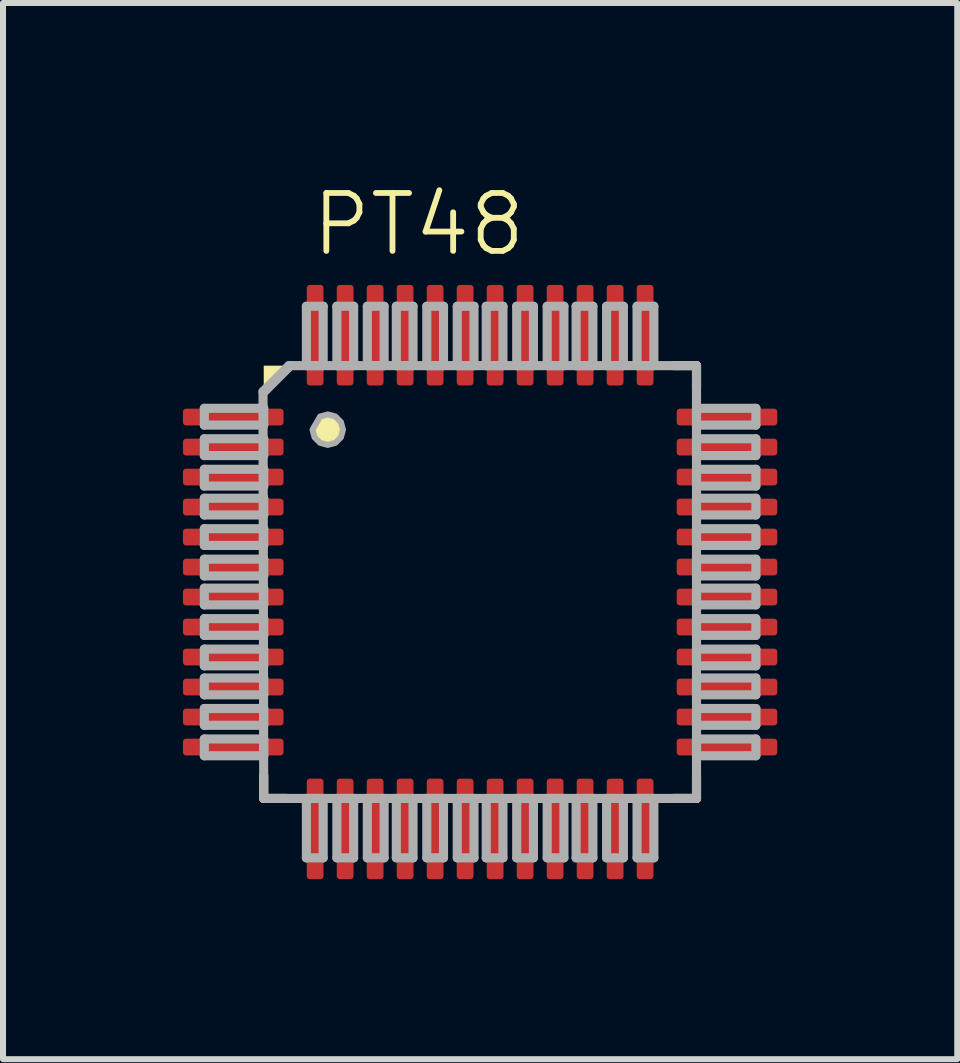
<source format=kicad_pcb>
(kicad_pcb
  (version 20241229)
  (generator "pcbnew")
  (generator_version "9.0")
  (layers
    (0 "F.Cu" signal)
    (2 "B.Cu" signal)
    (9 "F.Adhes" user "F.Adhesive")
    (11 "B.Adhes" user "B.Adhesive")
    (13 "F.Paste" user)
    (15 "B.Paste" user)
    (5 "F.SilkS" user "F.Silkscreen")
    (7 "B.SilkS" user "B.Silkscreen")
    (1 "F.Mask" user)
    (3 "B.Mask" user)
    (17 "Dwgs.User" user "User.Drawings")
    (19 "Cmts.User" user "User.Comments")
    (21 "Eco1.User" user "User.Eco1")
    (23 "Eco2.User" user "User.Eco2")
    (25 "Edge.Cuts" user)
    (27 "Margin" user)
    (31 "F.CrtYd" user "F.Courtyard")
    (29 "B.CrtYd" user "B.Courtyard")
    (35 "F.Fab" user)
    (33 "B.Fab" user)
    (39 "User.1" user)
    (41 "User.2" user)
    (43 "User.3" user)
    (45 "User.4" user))
  (footprint "PT48"
    (layer "F.Cu")
    (at 4.953 6.652)
    (property "Reference" "PT48" (at -2.857 -5.397 180) (layer "F.SilkS") (effects (font (size 0.965 0.965) (thickness 0.097)) (justify left bottom)))
    (attr through_hole)
    (fp_line (start -3.607 3.226) (end -3.607 3.607) (stroke (width 0.152) (type solid)) (layer "F.SilkS"))
    (fp_line (start -3.607 3.607) (end -3.226 3.607) (stroke (width 0.152) (type solid)) (layer "F.SilkS"))
    (fp_line (start 3.226 3.607) (end 3.607 3.607) (stroke (width 0.152) (type solid)) (layer "F.SilkS"))
    (fp_line (start 3.607 -3.607) (end 3.226 -3.607) (stroke (width 0.152) (type solid)) (layer "F.SilkS"))
    (fp_line (start 3.607 -3.226) (end 3.607 -3.607) (stroke (width 0.152) (type solid)) (layer "F.SilkS"))
    (fp_line (start 3.607 3.607) (end 3.607 3.226) (stroke (width 0.152) (type solid)) (layer "F.SilkS"))
    (fp_poly (pts (xy -3.607 -3.607) (xy -3.162 -3.607) (xy -3.607 -3.162)) (stroke (width 0) (type solid)) (fill yes) (layer "F.SilkS"))
    (fp_poly (pts (xy -2.794 -2.54) (xy -2.76 -2.413) (xy -2.667 -2.32) (xy -2.54 -2.286) (xy -2.413 -2.32) (xy -2.32 -2.413) (xy -2.286 -2.54) (xy -2.32 -2.667) (xy -2.413 -2.76) (xy -2.54 -2.794) (xy -2.667 -2.76)) (stroke (width 0) (type solid)) (fill yes) (layer "F.SilkS"))
    (fp_line (start -4.597 -2.896) (end -4.597 -2.616) (stroke (width 0.152) (type solid)) (layer "F.Fab"))
    (fp_line (start -4.597 -2.616) (end -3.607 -2.616) (stroke (width 0.152) (type solid)) (layer "F.Fab"))
    (fp_line (start -4.597 -2.388) (end -4.597 -2.108) (stroke (width 0.152) (type solid)) (layer "F.Fab"))
    (fp_line (start -4.597 -2.108) (end -3.607 -2.108) (stroke (width 0.152) (type solid)) (layer "F.Fab"))
    (fp_line (start -4.597 -1.88) (end -4.597 -1.6) (stroke (width 0.152) (type solid)) (layer "F.Fab"))
    (fp_line (start -4.597 -1.6) (end -3.607 -1.6) (stroke (width 0.152) (type solid)) (layer "F.Fab"))
    (fp_line (start -4.597 -1.397) (end -4.597 -1.118) (stroke (width 0.152) (type solid)) (layer "F.Fab"))
    (fp_line (start -4.597 -1.118) (end -3.607 -1.118) (stroke (width 0.152) (type solid)) (layer "F.Fab"))
    (fp_line (start -4.597 -0.889) (end -4.597 -0.61) (stroke (width 0.152) (type solid)) (layer "F.Fab"))
    (fp_line (start -4.597 -0.61) (end -3.607 -0.61) (stroke (width 0.152) (type solid)) (layer "F.Fab"))
    (fp_line (start -4.597 -0.381) (end -4.597 -0.102) (stroke (width 0.152) (type solid)) (layer "F.Fab"))
    (fp_line (start -4.597 -0.102) (end -3.607 -0.102) (stroke (width 0.152) (type solid)) (layer "F.Fab"))
    (fp_line (start -4.597 0.102) (end -4.597 0.381) (stroke (width 0.152) (type solid)) (layer "F.Fab"))
    (fp_line (start -4.597 0.381) (end -3.607 0.381) (stroke (width 0.152) (type solid)) (layer "F.Fab"))
    (fp_line (start -4.597 0.61) (end -4.597 0.889) (stroke (width 0.152) (type solid)) (layer "F.Fab"))
    (fp_line (start -4.597 0.889) (end -3.607 0.889) (stroke (width 0.152) (type solid)) (layer "F.Fab"))
    (fp_line (start -4.597 1.118) (end -4.597 1.397) (stroke (width 0.152) (type solid)) (layer "F.Fab"))
    (fp_line (start -4.597 1.397) (end -3.607 1.397) (stroke (width 0.152) (type solid)) (layer "F.Fab"))
    (fp_line (start -4.597 1.6) (end -4.597 1.88) (stroke (width 0.152) (type solid)) (layer "F.Fab"))
    (fp_line (start -4.597 1.88) (end -3.607 1.88) (stroke (width 0.152) (type solid)) (layer "F.Fab"))
    (fp_line (start -4.597 2.108) (end -4.597 2.388) (stroke (width 0.152) (type solid)) (layer "F.Fab"))
    (fp_line (start -4.597 2.388) (end -3.607 2.388) (stroke (width 0.152) (type solid)) (layer "F.Fab"))
    (fp_line (start -4.597 2.616) (end -4.597 2.896) (stroke (width 0.152) (type solid)) (layer "F.Fab"))
    (fp_line (start -4.597 2.896) (end -3.607 2.896) (stroke (width 0.152) (type solid)) (layer "F.Fab"))
    (fp_line (start -3.619 -3.175) (end -3.607 3.607) (stroke (width 0.152) (type solid)) (layer "F.Fab"))
    (fp_line (start -3.607 -2.896) (end -4.597 -2.896) (stroke (width 0.152) (type solid)) (layer "F.Fab"))
    (fp_line (start -3.607 -2.616) (end -3.607 -2.896) (stroke (width 0.152) (type solid)) (layer "F.Fab"))
    (fp_line (start -3.607 -2.388) (end -4.597 -2.388) (stroke (width 0.152) (type solid)) (layer "F.Fab"))
    (fp_line (start -3.607 -2.108) (end -3.607 -2.388) (stroke (width 0.152) (type solid)) (layer "F.Fab"))
    (fp_line (start -3.607 -1.88) (end -4.597 -1.88) (stroke (width 0.152) (type solid)) (layer "F.Fab"))
    (fp_line (start -3.607 -1.6) (end -3.607 -1.88) (stroke (width 0.152) (type solid)) (layer "F.Fab"))
    (fp_line (start -3.607 -1.397) (end -4.597 -1.397) (stroke (width 0.152) (type solid)) (layer "F.Fab"))
    (fp_line (start -3.607 -1.118) (end -3.607 -1.397) (stroke (width 0.152) (type solid)) (layer "F.Fab"))
    (fp_line (start -3.607 -0.889) (end -4.597 -0.889) (stroke (width 0.152) (type solid)) (layer "F.Fab"))
    (fp_line (start -3.607 -0.61) (end -3.607 -0.889) (stroke (width 0.152) (type solid)) (layer "F.Fab"))
    (fp_line (start -3.607 -0.381) (end -4.597 -0.381) (stroke (width 0.152) (type solid)) (layer "F.Fab"))
    (fp_line (start -3.607 -0.102) (end -3.607 -0.381) (stroke (width 0.152) (type solid)) (layer "F.Fab"))
    (fp_line (start -3.607 0.102) (end -4.597 0.102) (stroke (width 0.152) (type solid)) (layer "F.Fab"))
    (fp_line (start -3.607 0.381) (end -3.607 0.102) (stroke (width 0.152) (type solid)) (layer "F.Fab"))
    (fp_line (start -3.607 0.61) (end -4.597 0.61) (stroke (width 0.152) (type solid)) (layer "F.Fab"))
    (fp_line (start -3.607 0.889) (end -3.607 0.61) (stroke (width 0.152) (type solid)) (layer "F.Fab"))
    (fp_line (start -3.607 1.118) (end -4.597 1.118) (stroke (width 0.152) (type solid)) (layer "F.Fab"))
    (fp_line (start -3.607 1.397) (end -3.607 1.118) (stroke (width 0.152) (type solid)) (layer "F.Fab"))
    (fp_line (start -3.607 1.6) (end -4.597 1.6) (stroke (width 0.152) (type solid)) (layer "F.Fab"))
    (fp_line (start -3.607 1.88) (end -3.607 1.6) (stroke (width 0.152) (type solid)) (layer "F.Fab"))
    (fp_line (start -3.607 2.108) (end -4.597 2.108) (stroke (width 0.152) (type solid)) (layer "F.Fab"))
    (fp_line (start -3.607 2.388) (end -3.607 2.108) (stroke (width 0.152) (type solid)) (layer "F.Fab"))
    (fp_line (start -3.607 2.616) (end -4.597 2.616) (stroke (width 0.152) (type solid)) (layer "F.Fab"))
    (fp_line (start -3.607 2.896) (end -3.607 2.616) (stroke (width 0.152) (type solid)) (layer "F.Fab"))
    (fp_line (start -3.607 3.607) (end 3.607 3.607) (stroke (width 0.152) (type solid)) (layer "F.Fab"))
    (fp_line (start -3.188 -3.607) (end -3.619 -3.175) (stroke (width 0.152) (type solid)) (layer "F.Fab"))
    (fp_line (start -3.162 -3.607) (end -3.607 -3.162) (stroke (width 0.152) (type solid)) (layer "F.Fab"))
    (fp_line (start -3.162 -3.607) (end -3.188 -3.607) (stroke (width 0.152) (type solid)) (layer "F.Fab"))
    (fp_line (start -2.896 -4.597) (end -2.896 -3.607) (stroke (width 0.152) (type solid)) (layer "F.Fab"))
    (fp_line (start -2.896 -3.607) (end -2.616 -3.607) (stroke (width 0.152) (type solid)) (layer "F.Fab"))
    (fp_line (start -2.896 3.607) (end -2.896 4.597) (stroke (width 0.152) (type solid)) (layer "F.Fab"))
    (fp_line (start -2.896 4.597) (end -2.616 4.597) (stroke (width 0.152) (type solid)) (layer "F.Fab"))
    (fp_line (start -2.616 -4.597) (end -2.896 -4.597) (stroke (width 0.152) (type solid)) (layer "F.Fab"))
    (fp_line (start -2.616 -3.607) (end -2.616 -4.597) (stroke (width 0.152) (type solid)) (layer "F.Fab"))
    (fp_line (start -2.616 3.607) (end -2.896 3.607) (stroke (width 0.152) (type solid)) (layer "F.Fab"))
    (fp_line (start -2.616 4.597) (end -2.616 3.607) (stroke (width 0.152) (type solid)) (layer "F.Fab"))
    (fp_line (start -2.388 -4.597) (end -2.388 -3.607) (stroke (width 0.152) (type solid)) (layer "F.Fab"))
    (fp_line (start -2.388 -3.607) (end -2.108 -3.607) (stroke (width 0.152) (type solid)) (layer "F.Fab"))
    (fp_line (start -2.388 3.607) (end -2.388 4.597) (stroke (width 0.152) (type solid)) (layer "F.Fab"))
    (fp_line (start -2.388 4.597) (end -2.108 4.597) (stroke (width 0.152) (type solid)) (layer "F.Fab"))
    (fp_line (start -2.108 -4.597) (end -2.388 -4.597) (stroke (width 0.152) (type solid)) (layer "F.Fab"))
    (fp_line (start -2.108 -3.607) (end -2.108 -4.597) (stroke (width 0.152) (type solid)) (layer "F.Fab"))
    (fp_line (start -2.108 3.607) (end -2.388 3.607) (stroke (width 0.152) (type solid)) (layer "F.Fab"))
    (fp_line (start -2.108 4.597) (end -2.108 3.607) (stroke (width 0.152) (type solid)) (layer "F.Fab"))
    (fp_line (start -1.88 -4.597) (end -1.88 -3.607) (stroke (width 0.152) (type solid)) (layer "F.Fab"))
    (fp_line (start -1.88 -3.607) (end -1.6 -3.607) (stroke (width 0.152) (type solid)) (layer "F.Fab"))
    (fp_line (start -1.88 3.607) (end -1.88 4.597) (stroke (width 0.152) (type solid)) (layer "F.Fab"))
    (fp_line (start -1.88 4.597) (end -1.6 4.597) (stroke (width 0.152) (type solid)) (layer "F.Fab"))
    (fp_line (start -1.6 -4.597) (end -1.88 -4.597) (stroke (width 0.152) (type solid)) (layer "F.Fab"))
    (fp_line (start -1.6 -3.607) (end -1.6 -4.597) (stroke (width 0.152) (type solid)) (layer "F.Fab"))
    (fp_line (start -1.6 3.607) (end -1.88 3.607) (stroke (width 0.152) (type solid)) (layer "F.Fab"))
    (fp_line (start -1.6 4.597) (end -1.6 3.607) (stroke (width 0.152) (type solid)) (layer "F.Fab"))
    (fp_line (start -1.397 -4.597) (end -1.397 -3.607) (stroke (width 0.152) (type solid)) (layer "F.Fab"))
    (fp_line (start -1.397 -3.607) (end -1.118 -3.607) (stroke (width 0.152) (type solid)) (layer "F.Fab"))
    (fp_line (start -1.397 3.607) (end -1.397 4.597) (stroke (width 0.152) (type solid)) (layer "F.Fab"))
    (fp_line (start -1.397 4.597) (end -1.118 4.597) (stroke (width 0.152) (type solid)) (layer "F.Fab"))
    (fp_line (start -1.118 -4.597) (end -1.397 -4.597) (stroke (width 0.152) (type solid)) (layer "F.Fab"))
    (fp_line (start -1.118 -3.607) (end -1.118 -4.597) (stroke (width 0.152) (type solid)) (layer "F.Fab"))
    (fp_line (start -1.118 3.607) (end -1.397 3.607) (stroke (width 0.152) (type solid)) (layer "F.Fab"))
    (fp_line (start -1.118 4.597) (end -1.118 3.607) (stroke (width 0.152) (type solid)) (layer "F.Fab"))
    (fp_line (start -0.889 -4.597) (end -0.889 -3.607) (stroke (width 0.152) (type solid)) (layer "F.Fab"))
    (fp_line (start -0.889 -3.607) (end -0.61 -3.607) (stroke (width 0.152) (type solid)) (layer "F.Fab"))
    (fp_line (start -0.889 3.607) (end -0.889 4.597) (stroke (width 0.152) (type solid)) (layer "F.Fab"))
    (fp_line (start -0.889 4.597) (end -0.61 4.597) (stroke (width 0.152) (type solid)) (layer "F.Fab"))
    (fp_line (start -0.61 -4.597) (end -0.889 -4.597) (stroke (width 0.152) (type solid)) (layer "F.Fab"))
    (fp_line (start -0.61 -3.607) (end -0.61 -4.597) (stroke (width 0.152) (type solid)) (layer "F.Fab"))
    (fp_line (start -0.61 3.607) (end -0.889 3.607) (stroke (width 0.152) (type solid)) (layer "F.Fab"))
    (fp_line (start -0.61 4.597) (end -0.61 3.607) (stroke (width 0.152) (type solid)) (layer "F.Fab"))
    (fp_line (start -0.381 -4.597) (end -0.381 -3.607) (stroke (width 0.152) (type solid)) (layer "F.Fab"))
    (fp_line (start -0.381 -3.607) (end -0.102 -3.607) (stroke (width 0.152) (type solid)) (layer "F.Fab"))
    (fp_line (start -0.381 3.607) (end -0.381 4.597) (stroke (width 0.152) (type solid)) (layer "F.Fab"))
    (fp_line (start -0.381 4.597) (end -0.102 4.597) (stroke (width 0.152) (type solid)) (layer "F.Fab"))
    (fp_line (start -0.102 -4.597) (end -0.381 -4.597) (stroke (width 0.152) (type solid)) (layer "F.Fab"))
    (fp_line (start -0.102 -3.607) (end -0.102 -4.597) (stroke (width 0.152) (type solid)) (layer "F.Fab"))
    (fp_line (start -0.102 3.607) (end -0.381 3.607) (stroke (width 0.152) (type solid)) (layer "F.Fab"))
    (fp_line (start -0.102 4.597) (end -0.102 3.607) (stroke (width 0.152) (type solid)) (layer "F.Fab"))
    (fp_line (start 0.102 -4.597) (end 0.102 -3.607) (stroke (width 0.152) (type solid)) (layer "F.Fab"))
    (fp_line (start 0.102 -3.607) (end 0.381 -3.607) (stroke (width 0.152) (type solid)) (layer "F.Fab"))
    (fp_line (start 0.102 3.607) (end 0.102 4.597) (stroke (width 0.152) (type solid)) (layer "F.Fab"))
    (fp_line (start 0.102 4.597) (end 0.381 4.597) (stroke (width 0.152) (type solid)) (layer "F.Fab"))
    (fp_line (start 0.381 -4.597) (end 0.102 -4.597) (stroke (width 0.152) (type solid)) (layer "F.Fab"))
    (fp_line (start 0.381 -3.607) (end 0.381 -4.597) (stroke (width 0.152) (type solid)) (layer "F.Fab"))
    (fp_line (start 0.381 4.597) (end 0.381 3.607) (stroke (width 0.152) (type solid)) (layer "F.Fab"))
    (fp_line (start 0.61 -4.597) (end 0.61 -3.607) (stroke (width 0.152) (type solid)) (layer "F.Fab"))
    (fp_line (start 0.61 -3.607) (end 0.889 -3.607) (stroke (width 0.152) (type solid)) (layer "F.Fab"))
    (fp_line (start 0.61 3.607) (end 0.61 4.597) (stroke (width 0.152) (type solid)) (layer "F.Fab"))
    (fp_line (start 0.61 4.597) (end 0.889 4.597) (stroke (width 0.152) (type solid)) (layer "F.Fab"))
    (fp_line (start 0.889 -4.597) (end 0.61 -4.597) (stroke (width 0.152) (type solid)) (layer "F.Fab"))
    (fp_line (start 0.889 -3.607) (end 0.889 -4.597) (stroke (width 0.152) (type solid)) (layer "F.Fab"))
    (fp_line (start 0.889 3.607) (end 0.61 3.607) (stroke (width 0.152) (type solid)) (layer "F.Fab"))
    (fp_line (start 0.889 4.597) (end 0.889 3.607) (stroke (width 0.152) (type solid)) (layer "F.Fab"))
    (fp_line (start 1.118 -4.597) (end 1.118 -3.607) (stroke (width 0.152) (type solid)) (layer "F.Fab"))
    (fp_line (start 1.118 -3.607) (end 1.397 -3.607) (stroke (width 0.152) (type solid)) (layer "F.Fab"))
    (fp_line (start 1.118 3.607) (end 1.118 4.597) (stroke (width 0.152) (type solid)) (layer "F.Fab"))
    (fp_line (start 1.118 4.597) (end 1.397 4.597) (stroke (width 0.152) (type solid)) (layer "F.Fab"))
    (fp_line (start 1.397 -4.597) (end 1.118 -4.597) (stroke (width 0.152) (type solid)) (layer "F.Fab"))
    (fp_line (start 1.397 -3.607) (end 1.397 -4.597) (stroke (width 0.152) (type solid)) (layer "F.Fab"))
    (fp_line (start 1.397 3.607) (end 1.118 3.607) (stroke (width 0.152) (type solid)) (layer "F.Fab"))
    (fp_line (start 1.397 4.597) (end 1.397 3.607) (stroke (width 0.152) (type solid)) (layer "F.Fab"))
    (fp_line (start 1.6 -4.597) (end 1.6 -3.607) (stroke (width 0.152) (type solid)) (layer "F.Fab"))
    (fp_line (start 1.6 -3.607) (end 1.88 -3.607) (stroke (width 0.152) (type solid)) (layer "F.Fab"))
    (fp_line (start 1.6 3.607) (end 1.6 4.597) (stroke (width 0.152) (type solid)) (layer "F.Fab"))
    (fp_line (start 1.6 4.597) (end 1.88 4.597) (stroke (width 0.152) (type solid)) (layer "F.Fab"))
    (fp_line (start 1.88 -4.597) (end 1.6 -4.597) (stroke (width 0.152) (type solid)) (layer "F.Fab"))
    (fp_line (start 1.88 -3.607) (end 1.88 -4.597) (stroke (width 0.152) (type solid)) (layer "F.Fab"))
    (fp_line (start 1.88 3.607) (end 1.6 3.607) (stroke (width 0.152) (type solid)) (layer "F.Fab"))
    (fp_line (start 1.88 4.597) (end 1.88 3.607) (stroke (width 0.152) (type solid)) (layer "F.Fab"))
    (fp_line (start 2.108 -4.597) (end 2.108 -3.607) (stroke (width 0.152) (type solid)) (layer "F.Fab"))
    (fp_line (start 2.108 -3.607) (end 2.388 -3.607) (stroke (width 0.152) (type solid)) (layer "F.Fab"))
    (fp_line (start 2.108 3.607) (end 2.108 4.597) (stroke (width 0.152) (type solid)) (layer "F.Fab"))
    (fp_line (start 2.108 4.597) (end 2.388 4.597) (stroke (width 0.152) (type solid)) (layer "F.Fab"))
    (fp_line (start 2.388 -4.597) (end 2.108 -4.597) (stroke (width 0.152) (type solid)) (layer "F.Fab"))
    (fp_line (start 2.388 -3.607) (end 2.388 -4.597) (stroke (width 0.152) (type solid)) (layer "F.Fab"))
    (fp_line (start 2.388 3.607) (end 2.108 3.607) (stroke (width 0.152) (type solid)) (layer "F.Fab"))
    (fp_line (start 2.388 4.597) (end 2.388 3.607) (stroke (width 0.152) (type solid)) (layer "F.Fab"))
    (fp_line (start 2.616 -4.597) (end 2.616 -3.607) (stroke (width 0.152) (type solid)) (layer "F.Fab"))
    (fp_line (start 2.616 -3.607) (end 2.896 -3.607) (stroke (width 0.152) (type solid)) (layer "F.Fab"))
    (fp_line (start 2.616 3.607) (end 2.616 4.597) (stroke (width 0.152) (type solid)) (layer "F.Fab"))
    (fp_line (start 2.616 4.597) (end 2.896 4.597) (stroke (width 0.152) (type solid)) (layer "F.Fab"))
    (fp_line (start 2.896 -4.597) (end 2.616 -4.597) (stroke (width 0.152) (type solid)) (layer "F.Fab"))
    (fp_line (start 2.896 -3.607) (end 2.896 -4.597) (stroke (width 0.152) (type solid)) (layer "F.Fab"))
    (fp_line (start 2.896 3.607) (end 2.616 3.607) (stroke (width 0.152) (type solid)) (layer "F.Fab"))
    (fp_line (start 2.896 4.597) (end 2.896 3.607) (stroke (width 0.152) (type solid)) (layer "F.Fab"))
    (fp_line (start 3.607 -3.607) (end -3.162 -3.607) (stroke (width 0.152) (type solid)) (layer "F.Fab"))
    (fp_line (start 3.607 -2.896) (end 3.607 -2.616) (stroke (width 0.152) (type solid)) (layer "F.Fab"))
    (fp_line (start 3.607 -2.616) (end 4.597 -2.616) (stroke (width 0.152) (type solid)) (layer "F.Fab"))
    (fp_line (start 3.607 -2.388) (end 3.607 -2.108) (stroke (width 0.152) (type solid)) (layer "F.Fab"))
    (fp_line (start 3.607 -2.108) (end 4.597 -2.108) (stroke (width 0.152) (type solid)) (layer "F.Fab"))
    (fp_line (start 3.607 -1.88) (end 3.607 -1.6) (stroke (width 0.152) (type solid)) (layer "F.Fab"))
    (fp_line (start 3.607 -1.6) (end 4.597 -1.6) (stroke (width 0.152) (type solid)) (layer "F.Fab"))
    (fp_line (start 3.607 -1.397) (end 3.607 -1.118) (stroke (width 0.152) (type solid)) (layer "F.Fab"))
    (fp_line (start 3.607 -1.118) (end 4.597 -1.118) (stroke (width 0.152) (type solid)) (layer "F.Fab"))
    (fp_line (start 3.607 -0.889) (end 3.607 -0.61) (stroke (width 0.152) (type solid)) (layer "F.Fab"))
    (fp_line (start 3.607 -0.61) (end 4.597 -0.61) (stroke (width 0.152) (type solid)) (layer "F.Fab"))
    (fp_line (start 3.607 -0.381) (end 3.607 -0.102) (stroke (width 0.152) (type solid)) (layer "F.Fab"))
    (fp_line (start 3.607 -0.102) (end 4.597 -0.102) (stroke (width 0.152) (type solid)) (layer "F.Fab"))
    (fp_line (start 3.607 0.102) (end 3.607 0.381) (stroke (width 0.152) (type solid)) (layer "F.Fab"))
    (fp_line (start 3.607 0.381) (end 4.597 0.381) (stroke (width 0.152) (type solid)) (layer "F.Fab"))
    (fp_line (start 3.607 0.61) (end 3.607 0.889) (stroke (width 0.152) (type solid)) (layer "F.Fab"))
    (fp_line (start 3.607 0.889) (end 4.597 0.889) (stroke (width 0.152) (type solid)) (layer "F.Fab"))
    (fp_line (start 3.607 1.118) (end 3.607 1.397) (stroke (width 0.152) (type solid)) (layer "F.Fab"))
    (fp_line (start 3.607 1.397) (end 4.597 1.397) (stroke (width 0.152) (type solid)) (layer "F.Fab"))
    (fp_line (start 3.607 1.6) (end 3.607 1.88) (stroke (width 0.152) (type solid)) (layer "F.Fab"))
    (fp_line (start 3.607 1.88) (end 4.597 1.88) (stroke (width 0.152) (type solid)) (layer "F.Fab"))
    (fp_line (start 3.607 2.108) (end 3.607 2.388) (stroke (width 0.152) (type solid)) (layer "F.Fab"))
    (fp_line (start 3.607 2.388) (end 4.597 2.388) (stroke (width 0.152) (type solid)) (layer "F.Fab"))
    (fp_line (start 3.607 2.616) (end 3.607 2.896) (stroke (width 0.152) (type solid)) (layer "F.Fab"))
    (fp_line (start 3.607 2.896) (end 4.597 2.896) (stroke (width 0.152) (type solid)) (layer "F.Fab"))
    (fp_line (start 3.607 3.607) (end 3.607 -3.607) (stroke (width 0.152) (type solid)) (layer "F.Fab"))
    (fp_line (start 4.597 -2.896) (end 3.607 -2.896) (stroke (width 0.152) (type solid)) (layer "F.Fab"))
    (fp_line (start 4.597 -2.616) (end 4.597 -2.896) (stroke (width 0.152) (type solid)) (layer "F.Fab"))
    (fp_line (start 4.597 -2.388) (end 3.607 -2.388) (stroke (width 0.152) (type solid)) (layer "F.Fab"))
    (fp_line (start 4.597 -2.108) (end 4.597 -2.388) (stroke (width 0.152) (type solid)) (layer "F.Fab"))
    (fp_line (start 4.597 -1.88) (end 3.607 -1.88) (stroke (width 0.152) (type solid)) (layer "F.Fab"))
    (fp_line (start 4.597 -1.6) (end 4.597 -1.88) (stroke (width 0.152) (type solid)) (layer "F.Fab"))
    (fp_line (start 4.597 -1.397) (end 3.607 -1.397) (stroke (width 0.152) (type solid)) (layer "F.Fab"))
    (fp_line (start 4.597 -1.118) (end 4.597 -1.397) (stroke (width 0.152) (type solid)) (layer "F.Fab"))
    (fp_line (start 4.597 -0.889) (end 3.607 -0.889) (stroke (width 0.152) (type solid)) (layer "F.Fab"))
    (fp_line (start 4.597 -0.61) (end 4.597 -0.889) (stroke (width 0.152) (type solid)) (layer "F.Fab"))
    (fp_line (start 4.597 -0.381) (end 3.607 -0.381) (stroke (width 0.152) (type solid)) (layer "F.Fab"))
    (fp_line (start 4.597 -0.102) (end 4.597 -0.381) (stroke (width 0.152) (type solid)) (layer "F.Fab"))
    (fp_line (start 4.597 0.102) (end 3.607 0.102) (stroke (width 0.152) (type solid)) (layer "F.Fab"))
    (fp_line (start 4.597 0.381) (end 4.597 0.102) (stroke (width 0.152) (type solid)) (layer "F.Fab"))
    (fp_line (start 4.597 0.61) (end 3.607 0.61) (stroke (width 0.152) (type solid)) (layer "F.Fab"))
    (fp_line (start 4.597 0.889) (end 4.597 0.61) (stroke (width 0.152) (type solid)) (layer "F.Fab"))
    (fp_line (start 4.597 1.118) (end 3.607 1.118) (stroke (width 0.152) (type solid)) (layer "F.Fab"))
    (fp_line (start 4.597 1.397) (end 4.597 1.118) (stroke (width 0.152) (type solid)) (layer "F.Fab"))
    (fp_line (start 4.597 1.6) (end 3.607 1.6) (stroke (width 0.152) (type solid)) (layer "F.Fab"))
    (fp_line (start 4.597 1.88) (end 4.597 1.6) (stroke (width 0.152) (type solid)) (layer "F.Fab"))
    (fp_line (start 4.597 2.108) (end 3.607 2.108) (stroke (width 0.152) (type solid)) (layer "F.Fab"))
    (fp_line (start 4.597 2.388) (end 4.597 2.108) (stroke (width 0.152) (type solid)) (layer "F.Fab"))
    (fp_line (start 4.597 2.616) (end 3.607 2.616) (stroke (width 0.152) (type solid)) (layer "F.Fab"))
    (fp_line (start 4.597 2.896) (end 4.597 2.616) (stroke (width 0.152) (type solid)) (layer "F.Fab"))
    (fp_poly (pts (xy -2.794 -2.54) (xy -2.76 -2.413) (xy -2.667 -2.32) (xy -2.54 -2.286) (xy -2.413 -2.32) (xy -2.32 -2.413) (xy -2.286 -2.54) (xy -2.32 -2.667) (xy -2.413 -2.76) (xy -2.54 -2.794) (xy -2.667 -2.76)) (stroke (width 0.1) (type solid)) (fill no) (layer "F.Fab"))
    (pad "1" smd roundrect (at -4.115 -2.75 270) (size 0.279 1.676) (layers "F.Cu" "F.Mask" "F.Paste") (roundrect_rratio 0.182))
    (pad "2" smd roundrect (at -4.115 -2.25 270) (size 0.279 1.676) (layers "F.Cu" "F.Mask" "F.Paste") (roundrect_rratio 0.182))
    (pad "3" smd roundrect (at -4.115 -1.75 270) (size 0.279 1.676) (layers "F.Cu" "F.Mask" "F.Paste") (roundrect_rratio 0.182))
    (pad "4" smd roundrect (at -4.115 -1.25 270) (size 0.279 1.676) (layers "F.Cu" "F.Mask" "F.Paste") (roundrect_rratio 0.182))
    (pad "5" smd roundrect (at -4.115 -0.75 270) (size 0.279 1.676) (layers "F.Cu" "F.Mask" "F.Paste") (roundrect_rratio 0.182))
    (pad "6" smd roundrect (at -4.115 -0.25 270) (size 0.279 1.676) (layers "F.Cu" "F.Mask" "F.Paste") (roundrect_rratio 0.182))
    (pad "7" smd roundrect (at -4.115 0.25 270) (size 0.279 1.676) (layers "F.Cu" "F.Mask" "F.Paste") (roundrect_rratio 0.182))
    (pad "8" smd roundrect (at -4.115 0.75 270) (size 0.279 1.676) (layers "F.Cu" "F.Mask" "F.Paste") (roundrect_rratio 0.182))
    (pad "9" smd roundrect (at -4.115 1.25 270) (size 0.279 1.676) (layers "F.Cu" "F.Mask" "F.Paste") (roundrect_rratio 0.182))
    (pad "10" smd roundrect (at -4.115 1.75 270) (size 0.279 1.676) (layers "F.Cu" "F.Mask" "F.Paste") (roundrect_rratio 0.182))
    (pad "11" smd roundrect (at -4.115 2.25 270) (size 0.279 1.676) (layers "F.Cu" "F.Mask" "F.Paste") (roundrect_rratio 0.182))
    (pad "12" smd roundrect (at -4.115 2.75 270) (size 0.279 1.676) (layers "F.Cu" "F.Mask" "F.Paste") (roundrect_rratio 0.182))
    (pad "13" smd roundrect (at -2.75 4.115 180) (size 0.279 1.676) (layers "F.Cu" "F.Mask" "F.Paste") (roundrect_rratio 0.182))
    (pad "14" smd roundrect (at -2.25 4.115 180) (size 0.279 1.676) (layers "F.Cu" "F.Mask" "F.Paste") (roundrect_rratio 0.182))
    (pad "15" smd roundrect (at -1.75 4.115 180) (size 0.279 1.676) (layers "F.Cu" "F.Mask" "F.Paste") (roundrect_rratio 0.182))
    (pad "16" smd roundrect (at -1.25 4.115 180) (size 0.279 1.676) (layers "F.Cu" "F.Mask" "F.Paste") (roundrect_rratio 0.182))
    (pad "17" smd roundrect (at -0.75 4.115 180) (size 0.279 1.676) (layers "F.Cu" "F.Mask" "F.Paste") (roundrect_rratio 0.182))
    (pad "18" smd roundrect (at -0.25 4.115 180) (size 0.279 1.676) (layers "F.Cu" "F.Mask" "F.Paste") (roundrect_rratio 0.182))
    (pad "19" smd roundrect (at 0.25 4.115 180) (size 0.279 1.676) (layers "F.Cu" "F.Mask" "F.Paste") (roundrect_rratio 0.182))
    (pad "20" smd roundrect (at 0.75 4.115 180) (size 0.279 1.676) (layers "F.Cu" "F.Mask" "F.Paste") (roundrect_rratio 0.182))
    (pad "21" smd roundrect (at 1.25 4.115 180) (size 0.279 1.676) (layers "F.Cu" "F.Mask" "F.Paste") (roundrect_rratio 0.182))
    (pad "22" smd roundrect (at 1.75 4.115 180) (size 0.279 1.676) (layers "F.Cu" "F.Mask" "F.Paste") (roundrect_rratio 0.182))
    (pad "23" smd roundrect (at 2.25 4.115 180) (size 0.279 1.676) (layers "F.Cu" "F.Mask" "F.Paste") (roundrect_rratio 0.182))
    (pad "24" smd roundrect (at 2.75 4.115 180) (size 0.279 1.676) (layers "F.Cu" "F.Mask" "F.Paste") (roundrect_rratio 0.182))
    (pad "25" smd roundrect (at 4.115 2.75 270) (size 0.279 1.676) (layers "F.Cu" "F.Mask" "F.Paste") (roundrect_rratio 0.182))
    (pad "26" smd roundrect (at 4.115 2.25 270) (size 0.279 1.676) (layers "F.Cu" "F.Mask" "F.Paste") (roundrect_rratio 0.182))
    (pad "27" smd roundrect (at 4.115 1.75 270) (size 0.279 1.676) (layers "F.Cu" "F.Mask" "F.Paste") (roundrect_rratio 0.182))
    (pad "28" smd roundrect (at 4.115 1.25 270) (size 0.279 1.676) (layers "F.Cu" "F.Mask" "F.Paste") (roundrect_rratio 0.182))
    (pad "29" smd roundrect (at 4.115 0.75 270) (size 0.279 1.676) (layers "F.Cu" "F.Mask" "F.Paste") (roundrect_rratio 0.182))
    (pad "30" smd roundrect (at 4.115 0.25 270) (size 0.279 1.676) (layers "F.Cu" "F.Mask" "F.Paste") (roundrect_rratio 0.182))
    (pad "31" smd roundrect (at 4.115 -0.25 270) (size 0.279 1.676) (layers "F.Cu" "F.Mask" "F.Paste") (roundrect_rratio 0.182))
    (pad "32" smd roundrect (at 4.115 -0.75 270) (size 0.279 1.676) (layers "F.Cu" "F.Mask" "F.Paste") (roundrect_rratio 0.182))
    (pad "33" smd roundrect (at 4.115 -1.25 270) (size 0.279 1.676) (layers "F.Cu" "F.Mask" "F.Paste") (roundrect_rratio 0.182))
    (pad "34" smd roundrect (at 4.115 -1.75 270) (size 0.279 1.676) (layers "F.Cu" "F.Mask" "F.Paste") (roundrect_rratio 0.182))
    (pad "35" smd roundrect (at 4.115 -2.25 270) (size 0.279 1.676) (layers "F.Cu" "F.Mask" "F.Paste") (roundrect_rratio 0.182))
    (pad "36" smd roundrect (at 4.115 -2.75 270) (size 0.279 1.676) (layers "F.Cu" "F.Mask" "F.Paste") (roundrect_rratio 0.182))
    (pad "37" smd roundrect (at 2.75 -4.115 180) (size 0.279 1.676) (layers "F.Cu" "F.Mask" "F.Paste") (roundrect_rratio 0.182))
    (pad "38" smd roundrect (at 2.25 -4.115 180) (size 0.279 1.676) (layers "F.Cu" "F.Mask" "F.Paste") (roundrect_rratio 0.182))
    (pad "39" smd roundrect (at 1.75 -4.115 180) (size 0.279 1.676) (layers "F.Cu" "F.Mask" "F.Paste") (roundrect_rratio 0.182))
    (pad "40" smd roundrect (at 1.25 -4.115 180) (size 0.279 1.676) (layers "F.Cu" "F.Mask" "F.Paste") (roundrect_rratio 0.182))
    (pad "41" smd roundrect (at 0.75 -4.115 180) (size 0.279 1.676) (layers "F.Cu" "F.Mask" "F.Paste") (roundrect_rratio 0.182))
    (pad "42" smd roundrect (at 0.25 -4.115 180) (size 0.279 1.676) (layers "F.Cu" "F.Mask" "F.Paste") (roundrect_rratio 0.182))
    (pad "43" smd roundrect (at -0.25 -4.115 180) (size 0.279 1.676) (layers "F.Cu" "F.Mask" "F.Paste") (roundrect_rratio 0.182))
    (pad "44" smd roundrect (at -0.75 -4.115 180) (size 0.279 1.676) (layers "F.Cu" "F.Mask" "F.Paste") (roundrect_rratio 0.182))
    (pad "45" smd roundrect (at -1.25 -4.115 180) (size 0.279 1.676) (layers "F.Cu" "F.Mask" "F.Paste") (roundrect_rratio 0.182))
    (pad "46" smd roundrect (at -1.75 -4.115 180) (size 0.279 1.676) (layers "F.Cu" "F.Mask" "F.Paste") (roundrect_rratio 0.182))
    (pad "47" smd roundrect (at -2.25 -4.115 180) (size 0.279 1.676) (layers "F.Cu" "F.Mask" "F.Paste") (roundrect_rratio 0.182))
    (pad "48" smd roundrect (at -2.75 -4.115 180) (size 0.279 1.676) (layers "F.Cu" "F.Mask" "F.Paste") (roundrect_rratio 0.182)))
  (gr_rect
    (start -3 -3)
    (end 12.906 14.605)
    (stroke (width 0.1) (type default))
    (fill no)
    (layer "Edge.Cuts")))
</source>
